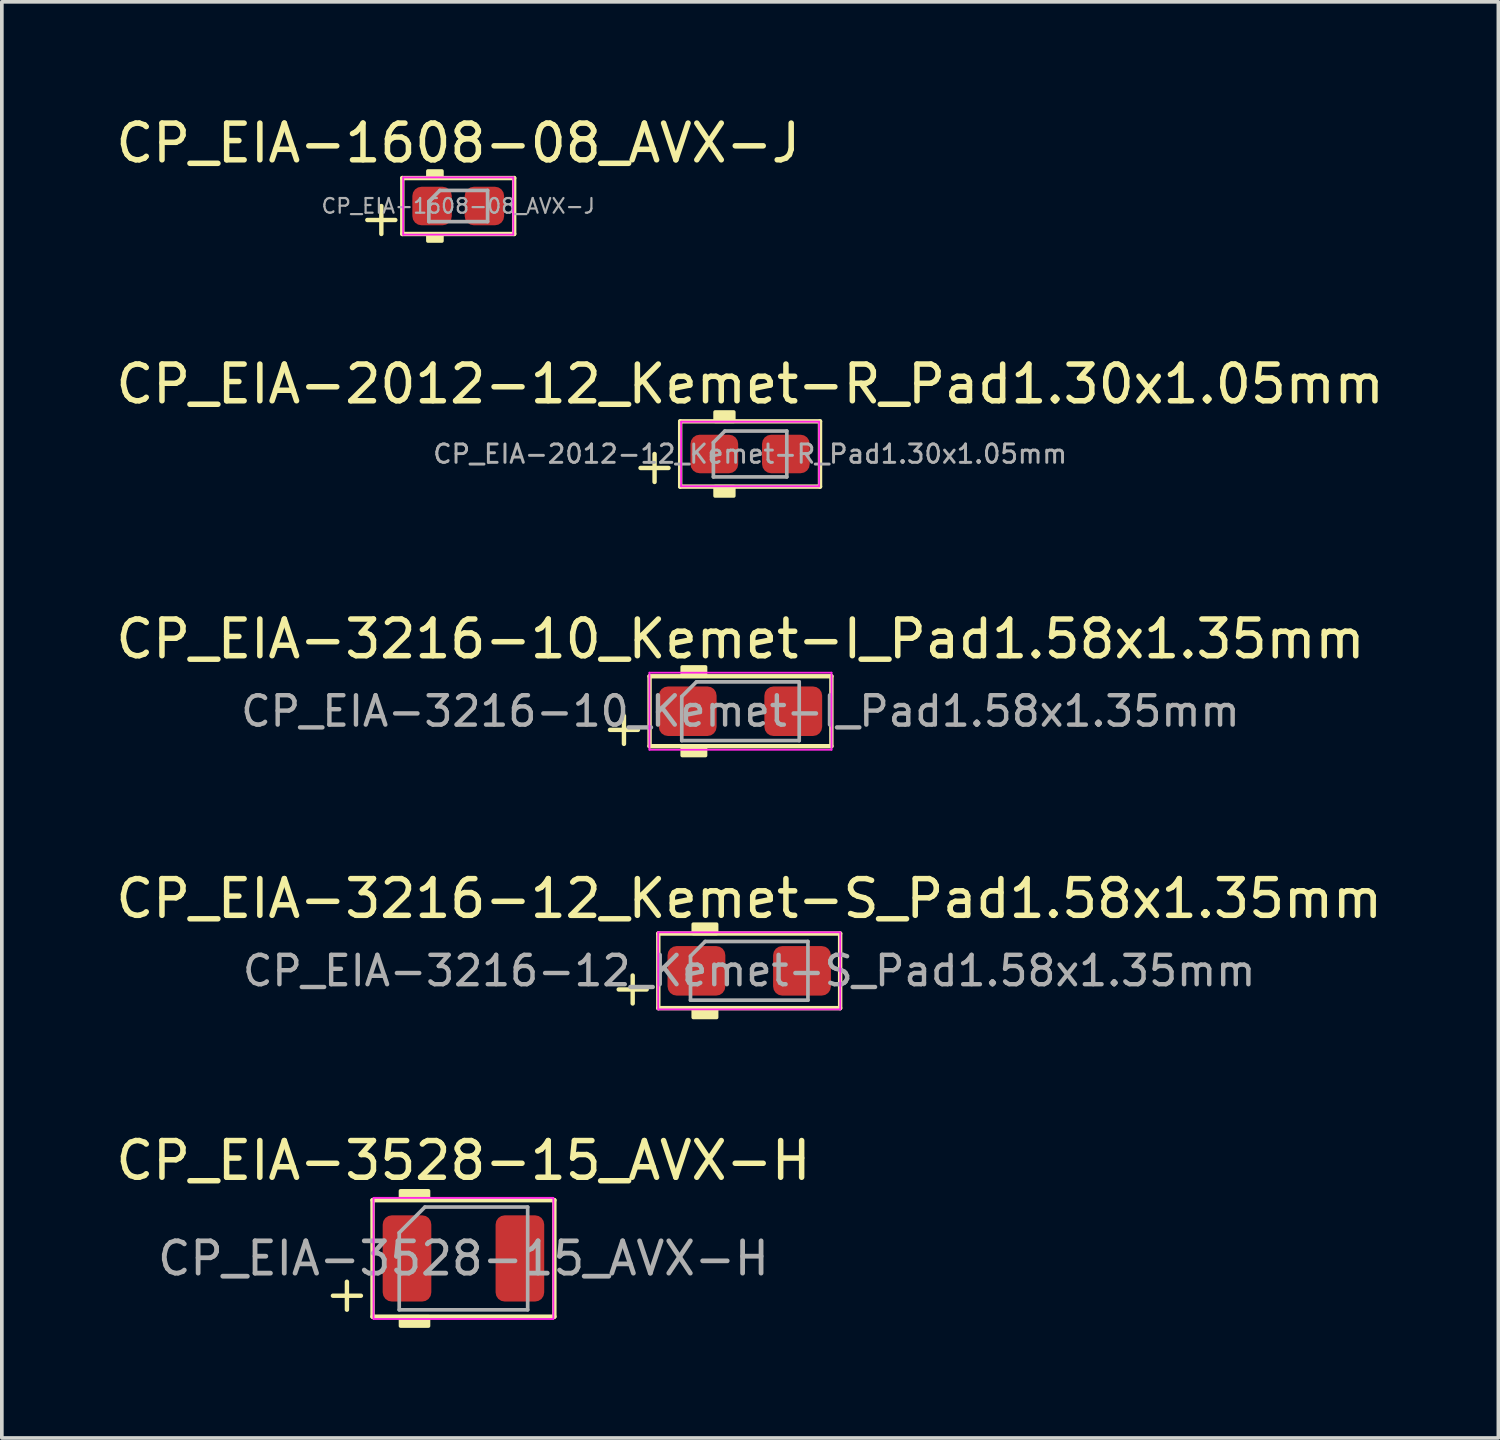
<source format=kicad_pcb>
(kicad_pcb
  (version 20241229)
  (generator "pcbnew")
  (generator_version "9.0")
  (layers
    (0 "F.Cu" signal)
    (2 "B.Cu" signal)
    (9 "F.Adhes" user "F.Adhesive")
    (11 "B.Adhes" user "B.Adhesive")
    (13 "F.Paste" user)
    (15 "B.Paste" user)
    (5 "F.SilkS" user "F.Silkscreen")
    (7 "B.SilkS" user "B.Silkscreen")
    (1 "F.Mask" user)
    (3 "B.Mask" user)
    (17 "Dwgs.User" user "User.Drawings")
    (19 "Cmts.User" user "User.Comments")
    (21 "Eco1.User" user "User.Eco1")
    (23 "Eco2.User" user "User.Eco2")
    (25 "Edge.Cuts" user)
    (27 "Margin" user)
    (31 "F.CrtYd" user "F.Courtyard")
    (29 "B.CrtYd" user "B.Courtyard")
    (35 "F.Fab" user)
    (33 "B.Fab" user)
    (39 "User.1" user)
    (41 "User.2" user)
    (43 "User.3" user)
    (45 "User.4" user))
  (footprint "CP_EIA-1608-08_AVX-J"
    (layer "F.Cu")
    (at 9.435 2.563)
    (property "Reference" "CP_EIA-1608-08_AVX-J" (at 0 -1.714 0) (layer "F.SilkS") (effects (font (size 1 1) (thickness 0.15))))
    (attr smd)
    (fp_line (start -2.477 0.381) (end -1.714 0.381) (stroke (width 0.12) (type solid)) (layer "F.SilkS"))
    (fp_line (start -2.095 0) (end -2.095 0.762) (stroke (width 0.12) (type solid)) (layer "F.SilkS"))
    (fp_line (start -1.524 -0.762) (end -1.524 0.762) (stroke (width 0.12) (type solid)) (layer "F.SilkS"))
    (fp_line (start -1.524 0.762) (end 1.524 0.762) (stroke (width 0.12) (type solid)) (layer "F.SilkS"))
    (fp_line (start 1.524 -0.762) (end -1.524 -0.762) (stroke (width 0.12) (type solid)) (layer "F.SilkS"))
    (fp_line (start 1.524 0.762) (end 1.524 -0.762) (stroke (width 0.12) (type solid)) (layer "F.SilkS"))
    (fp_poly (pts (xy -0.445 -0.762) (xy -0.826 -0.762) (xy -0.826 -0.953) (xy -0.445 -0.953)) (stroke (width 0.1) (type solid)) (fill yes) (layer "F.SilkS"))
    (fp_poly (pts (xy -0.445 0.953) (xy -0.826 0.953) (xy -0.826 0.762) (xy -0.445 0.762)) (stroke (width 0.1) (type solid)) (fill yes) (layer "F.SilkS"))
    (fp_line (start -1.5 -0.78) (end 1.5 -0.78) (stroke (width 0.05) (type solid)) (layer "F.CrtYd"))
    (fp_line (start -1.5 0.78) (end -1.5 -0.78) (stroke (width 0.05) (type solid)) (layer "F.CrtYd"))
    (fp_line (start 1.5 -0.78) (end 1.5 0.78) (stroke (width 0.05) (type solid)) (layer "F.CrtYd"))
    (fp_line (start 1.5 0.78) (end -1.5 0.78) (stroke (width 0.05) (type solid)) (layer "F.CrtYd"))
    (fp_line (start -0.8 -0.125) (end -0.8 0.425) (stroke (width 0.1) (type solid)) (layer "F.Fab"))
    (fp_line (start -0.8 0.425) (end 0.8 0.425) (stroke (width 0.1) (type solid)) (layer "F.Fab"))
    (fp_line (start -0.5 -0.425) (end -0.8 -0.125) (stroke (width 0.1) (type solid)) (layer "F.Fab"))
    (fp_line (start 0.8 -0.425) (end -0.5 -0.425) (stroke (width 0.1) (type solid)) (layer "F.Fab"))
    (fp_line (start 0.8 0.425) (end 0.8 -0.425) (stroke (width 0.1) (type solid)) (layer "F.Fab"))
    (fp_text user "${REFERENCE}" (at 0 0 0) (layer "F.Fab") (effects (font (size 0.4 0.4) (thickness 0.06))))
    (pad "1" smd roundrect (at -0.713 0) (size 1.075 1.05) (layers "F.Cu" "F.Mask" "F.Paste") (roundrect_rratio 0.238))
    (pad "2" smd roundrect (at 0.713 0) (size 1.075 1.05) (layers "F.Cu" "F.Mask" "F.Paste") (roundrect_rratio 0.238)))
  (footprint "CP_EIA-2012-12_Kemet-R_Pad1.30x1.05mm"
    (layer "F.Cu")
    (at 17.387 9.319)
    (property "Reference" "CP_EIA-2012-12_Kemet-R_Pad1.30x1.05mm" (at 0 -1.905 0) (layer "F.SilkS") (effects (font (size 1 1) (thickness 0.15))))
    (attr smd)
    (fp_line (start -2.985 0.381) (end -2.223 0.381) (stroke (width 0.12) (type solid)) (layer "F.SilkS"))
    (fp_line (start -2.603 0) (end -2.603 0.762) (stroke (width 0.12) (type solid)) (layer "F.SilkS"))
    (fp_line (start -1.905 -0.889) (end -1.905 0.889) (stroke (width 0.12) (type solid)) (layer "F.SilkS"))
    (fp_line (start -1.905 0.889) (end 1.905 0.889) (stroke (width 0.12) (type solid)) (layer "F.SilkS"))
    (fp_line (start 1.905 -0.889) (end -1.905 -0.889) (stroke (width 0.12) (type solid)) (layer "F.SilkS"))
    (fp_line (start 1.905 0.889) (end 1.905 -0.889) (stroke (width 0.12) (type solid)) (layer "F.SilkS"))
    (fp_poly (pts (xy -0.445 -0.889) (xy -0.953 -0.889) (xy -0.953 -1.143) (xy -0.445 -1.143)) (stroke (width 0.1) (type solid)) (fill yes) (layer "F.SilkS"))
    (fp_poly (pts (xy -0.445 1.143) (xy -0.953 1.143) (xy -0.953 0.889) (xy -0.445 0.889)) (stroke (width 0.1) (type solid)) (fill yes) (layer "F.SilkS"))
    (fp_line (start -1.88 -0.88) (end 1.88 -0.88) (stroke (width 0.05) (type solid)) (layer "F.CrtYd"))
    (fp_line (start -1.88 0.88) (end -1.88 -0.88) (stroke (width 0.05) (type solid)) (layer "F.CrtYd"))
    (fp_line (start 1.88 -0.88) (end 1.88 0.88) (stroke (width 0.05) (type solid)) (layer "F.CrtYd"))
    (fp_line (start 1.88 0.88) (end -1.88 0.88) (stroke (width 0.05) (type solid)) (layer "F.CrtYd"))
    (fp_line (start -1 -0.312) (end -1 0.625) (stroke (width 0.1) (type solid)) (layer "F.Fab"))
    (fp_line (start -1 0.625) (end 1 0.625) (stroke (width 0.1) (type solid)) (layer "F.Fab"))
    (fp_line (start -0.688 -0.625) (end -1 -0.312) (stroke (width 0.1) (type solid)) (layer "F.Fab"))
    (fp_line (start 1 -0.625) (end -0.688 -0.625) (stroke (width 0.1) (type solid)) (layer "F.Fab"))
    (fp_line (start 1 0.625) (end 1 -0.625) (stroke (width 0.1) (type solid)) (layer "F.Fab"))
    (fp_text user "${REFERENCE}" (at 0 0 0) (layer "F.Fab") (effects (font (size 0.5 0.5) (thickness 0.08))))
    (pad "1" smd roundrect (at -0.975 0) (size 1.3 1.05) (layers "F.Cu" "F.Mask" "F.Paste") (roundrect_rratio 0.238))
    (pad "2" smd roundrect (at 0.975 0) (size 1.3 1.05) (layers "F.Cu" "F.Mask" "F.Paste") (roundrect_rratio 0.238)))
  (footprint "CP_EIA-3216-10_Kemet-I_Pad1.58x1.35mm"
    (layer "F.Cu")
    (at 17.125 16.328)
    (property "Reference" "CP_EIA-3216-10_Kemet-I_Pad1.58x1.35mm" (at 0 -1.968 0) (layer "F.SilkS") (effects (font (size 1 1) (thickness 0.15))))
    (attr smd)
    (fp_line (start -3.556 0.508) (end -2.794 0.508) (stroke (width 0.12) (type solid)) (layer "F.SilkS"))
    (fp_line (start -3.175 0.127) (end -3.175 0.889) (stroke (width 0.12) (type solid)) (layer "F.SilkS"))
    (fp_line (start -2.477 -0.953) (end -2.477 0.953) (stroke (width 0.12) (type solid)) (layer "F.SilkS"))
    (fp_line (start -2.477 0.953) (end 2.477 0.953) (stroke (width 0.12) (type solid)) (layer "F.SilkS"))
    (fp_line (start 2.477 -0.953) (end -2.477 -0.953) (stroke (width 0.12) (type solid)) (layer "F.SilkS"))
    (fp_line (start 2.477 0.953) (end 2.477 -0.953) (stroke (width 0.12) (type solid)) (layer "F.SilkS"))
    (fp_poly (pts (xy -0.953 -0.953) (xy -1.587 -0.953) (xy -1.587 -1.206) (xy -0.953 -1.206)) (stroke (width 0.1) (type solid)) (fill yes) (layer "F.SilkS"))
    (fp_poly (pts (xy -0.953 1.206) (xy -1.587 1.206) (xy -1.587 0.953) (xy -0.953 0.953)) (stroke (width 0.1) (type solid)) (fill yes) (layer "F.SilkS"))
    (fp_line (start -2.48 -1.05) (end 2.48 -1.05) (stroke (width 0.05) (type solid)) (layer "F.CrtYd"))
    (fp_line (start -2.48 1.05) (end -2.48 -1.05) (stroke (width 0.05) (type solid)) (layer "F.CrtYd"))
    (fp_line (start 2.48 -1.05) (end 2.48 1.05) (stroke (width 0.05) (type solid)) (layer "F.CrtYd"))
    (fp_line (start 2.48 1.05) (end -2.48 1.05) (stroke (width 0.05) (type solid)) (layer "F.CrtYd"))
    (fp_line (start -1.6 -0.4) (end -1.6 0.8) (stroke (width 0.1) (type solid)) (layer "F.Fab"))
    (fp_line (start -1.6 0.8) (end 1.6 0.8) (stroke (width 0.1) (type solid)) (layer "F.Fab"))
    (fp_line (start -1.2 -0.8) (end -1.6 -0.4) (stroke (width 0.1) (type solid)) (layer "F.Fab"))
    (fp_line (start 1.6 -0.8) (end -1.2 -0.8) (stroke (width 0.1) (type solid)) (layer "F.Fab"))
    (fp_line (start 1.6 0.8) (end 1.6 -0.8) (stroke (width 0.1) (type solid)) (layer "F.Fab"))
    (fp_text user "${REFERENCE}" (at 0 0 0) (layer "F.Fab") (effects (font (size 0.8 0.8) (thickness 0.12))))
    (pad "1" smd roundrect (at -1.438 0) (size 1.575 1.35) (layers "F.Cu" "F.Mask" "F.Paste") (roundrect_rratio 0.185))
    (pad "2" smd roundrect (at 1.438 0) (size 1.575 1.35) (layers "F.Cu" "F.Mask" "F.Paste") (roundrect_rratio 0.185)))
  (footprint "CP_EIA-3216-12_Kemet-S_Pad1.58x1.35mm"
    (layer "F.Cu")
    (at 17.363 23.401)
    (property "Reference" "CP_EIA-3216-12_Kemet-S_Pad1.58x1.35mm" (at 0 -1.968 0) (layer "F.SilkS") (effects (font (size 1 1) (thickness 0.15))))
    (attr smd)
    (fp_line (start -3.556 0.508) (end -2.794 0.508) (stroke (width 0.12) (type solid)) (layer "F.SilkS"))
    (fp_line (start -3.175 0.127) (end -3.175 0.889) (stroke (width 0.12) (type solid)) (layer "F.SilkS"))
    (fp_line (start -2.477 -1.016) (end -2.477 1.016) (stroke (width 0.12) (type solid)) (layer "F.SilkS"))
    (fp_line (start -2.477 1.016) (end 2.477 1.016) (stroke (width 0.12) (type solid)) (layer "F.SilkS"))
    (fp_line (start 2.477 -1.016) (end -2.477 -1.016) (stroke (width 0.12) (type solid)) (layer "F.SilkS"))
    (fp_line (start 2.477 1.016) (end 2.477 -1.016) (stroke (width 0.12) (type solid)) (layer "F.SilkS"))
    (fp_poly (pts (xy -0.889 -1.016) (xy -1.524 -1.016) (xy -1.524 -1.27) (xy -0.889 -1.27)) (stroke (width 0.1) (type solid)) (fill yes) (layer "F.SilkS"))
    (fp_poly (pts (xy -0.889 1.27) (xy -1.524 1.27) (xy -1.524 1.016) (xy -0.889 1.016)) (stroke (width 0.1) (type solid)) (fill yes) (layer "F.SilkS"))
    (fp_line (start -2.48 -1.05) (end 2.48 -1.05) (stroke (width 0.05) (type solid)) (layer "F.CrtYd"))
    (fp_line (start -2.48 1.05) (end -2.48 -1.05) (stroke (width 0.05) (type solid)) (layer "F.CrtYd"))
    (fp_line (start 2.48 -1.05) (end 2.48 1.05) (stroke (width 0.05) (type solid)) (layer "F.CrtYd"))
    (fp_line (start 2.48 1.05) (end -2.48 1.05) (stroke (width 0.05) (type solid)) (layer "F.CrtYd"))
    (fp_line (start -1.6 -0.4) (end -1.6 0.8) (stroke (width 0.1) (type solid)) (layer "F.Fab"))
    (fp_line (start -1.6 0.8) (end 1.6 0.8) (stroke (width 0.1) (type solid)) (layer "F.Fab"))
    (fp_line (start -1.2 -0.8) (end -1.6 -0.4) (stroke (width 0.1) (type solid)) (layer "F.Fab"))
    (fp_line (start 1.6 -0.8) (end -1.2 -0.8) (stroke (width 0.1) (type solid)) (layer "F.Fab"))
    (fp_line (start 1.6 0.8) (end 1.6 -0.8) (stroke (width 0.1) (type solid)) (layer "F.Fab"))
    (fp_text user "${REFERENCE}" (at 0 0 0) (layer "F.Fab") (effects (font (size 0.8 0.8) (thickness 0.12))))
    (pad "1" smd roundrect (at -1.438 0) (size 1.575 1.35) (layers "F.Cu" "F.Mask" "F.Paste") (roundrect_rratio 0.185))
    (pad "2" smd roundrect (at 1.438 0) (size 1.575 1.35) (layers "F.Cu" "F.Mask" "F.Paste") (roundrect_rratio 0.185)))
  (footprint "CP_EIA-3528-15_AVX-H"
    (layer "F.Cu")
    (at 9.577 31.237)
    (property "Reference" "CP_EIA-3528-15_AVX-H" (at 0 -2.667 0) (layer "F.SilkS") (effects (font (size 1 1) (thickness 0.15))))
    (attr smd)
    (fp_line (start -3.556 1.016) (end -2.794 1.016) (stroke (width 0.12) (type solid)) (layer "F.SilkS"))
    (fp_line (start -3.175 0.635) (end -3.175 1.397) (stroke (width 0.12) (type solid)) (layer "F.SilkS"))
    (fp_line (start -2.477 -1.587) (end -2.477 1.587) (stroke (width 0.12) (type solid)) (layer "F.SilkS"))
    (fp_line (start -2.477 1.587) (end 2.477 1.587) (stroke (width 0.12) (type solid)) (layer "F.SilkS"))
    (fp_line (start 2.477 -1.587) (end -2.477 -1.587) (stroke (width 0.12) (type solid)) (layer "F.SilkS"))
    (fp_line (start 2.477 1.587) (end 2.477 -1.587) (stroke (width 0.12) (type solid)) (layer "F.SilkS"))
    (fp_poly (pts (xy -0.953 -1.587) (xy -1.714 -1.587) (xy -1.714 -1.841) (xy -0.953 -1.841)) (stroke (width 0.1) (type solid)) (fill yes) (layer "F.SilkS"))
    (fp_poly (pts (xy -0.953 1.841) (xy -1.714 1.841) (xy -1.714 1.587) (xy -0.953 1.587)) (stroke (width 0.1) (type solid)) (fill yes) (layer "F.SilkS"))
    (fp_line (start -2.45 -1.65) (end 2.45 -1.65) (stroke (width 0.05) (type solid)) (layer "F.CrtYd"))
    (fp_line (start -2.45 1.65) (end -2.45 -1.65) (stroke (width 0.05) (type solid)) (layer "F.CrtYd"))
    (fp_line (start 2.45 -1.65) (end 2.45 1.65) (stroke (width 0.05) (type solid)) (layer "F.CrtYd"))
    (fp_line (start 2.45 1.65) (end -2.45 1.65) (stroke (width 0.05) (type solid)) (layer "F.CrtYd"))
    (fp_line (start -1.75 -0.7) (end -1.75 1.4) (stroke (width 0.1) (type solid)) (layer "F.Fab"))
    (fp_line (start -1.75 1.4) (end 1.75 1.4) (stroke (width 0.1) (type solid)) (layer "F.Fab"))
    (fp_line (start -1.05 -1.4) (end -1.75 -0.7) (stroke (width 0.1) (type solid)) (layer "F.Fab"))
    (fp_line (start 1.75 -1.4) (end -1.05 -1.4) (stroke (width 0.1) (type solid)) (layer "F.Fab"))
    (fp_line (start 1.75 1.4) (end 1.75 -1.4) (stroke (width 0.1) (type solid)) (layer "F.Fab"))
    (fp_text user "${REFERENCE}" (at 0 0 0) (layer "F.Fab") (effects (font (size 0.88 0.88) (thickness 0.13))))
    (pad "1" smd roundrect (at -1.538 0) (size 1.325 2.35) (layers "F.Cu" "F.Mask" "F.Paste") (roundrect_rratio 0.189))
    (pad "2" smd roundrect (at 1.538 0) (size 1.325 2.35) (layers "F.Cu" "F.Mask" "F.Paste") (roundrect_rratio 0.189)))
  (gr_rect
    (start -3 -3)
    (end 37.774 36.128)
    (stroke (width 0.1) (type default))
    (fill no)
    (layer "Edge.Cuts")))
</source>
